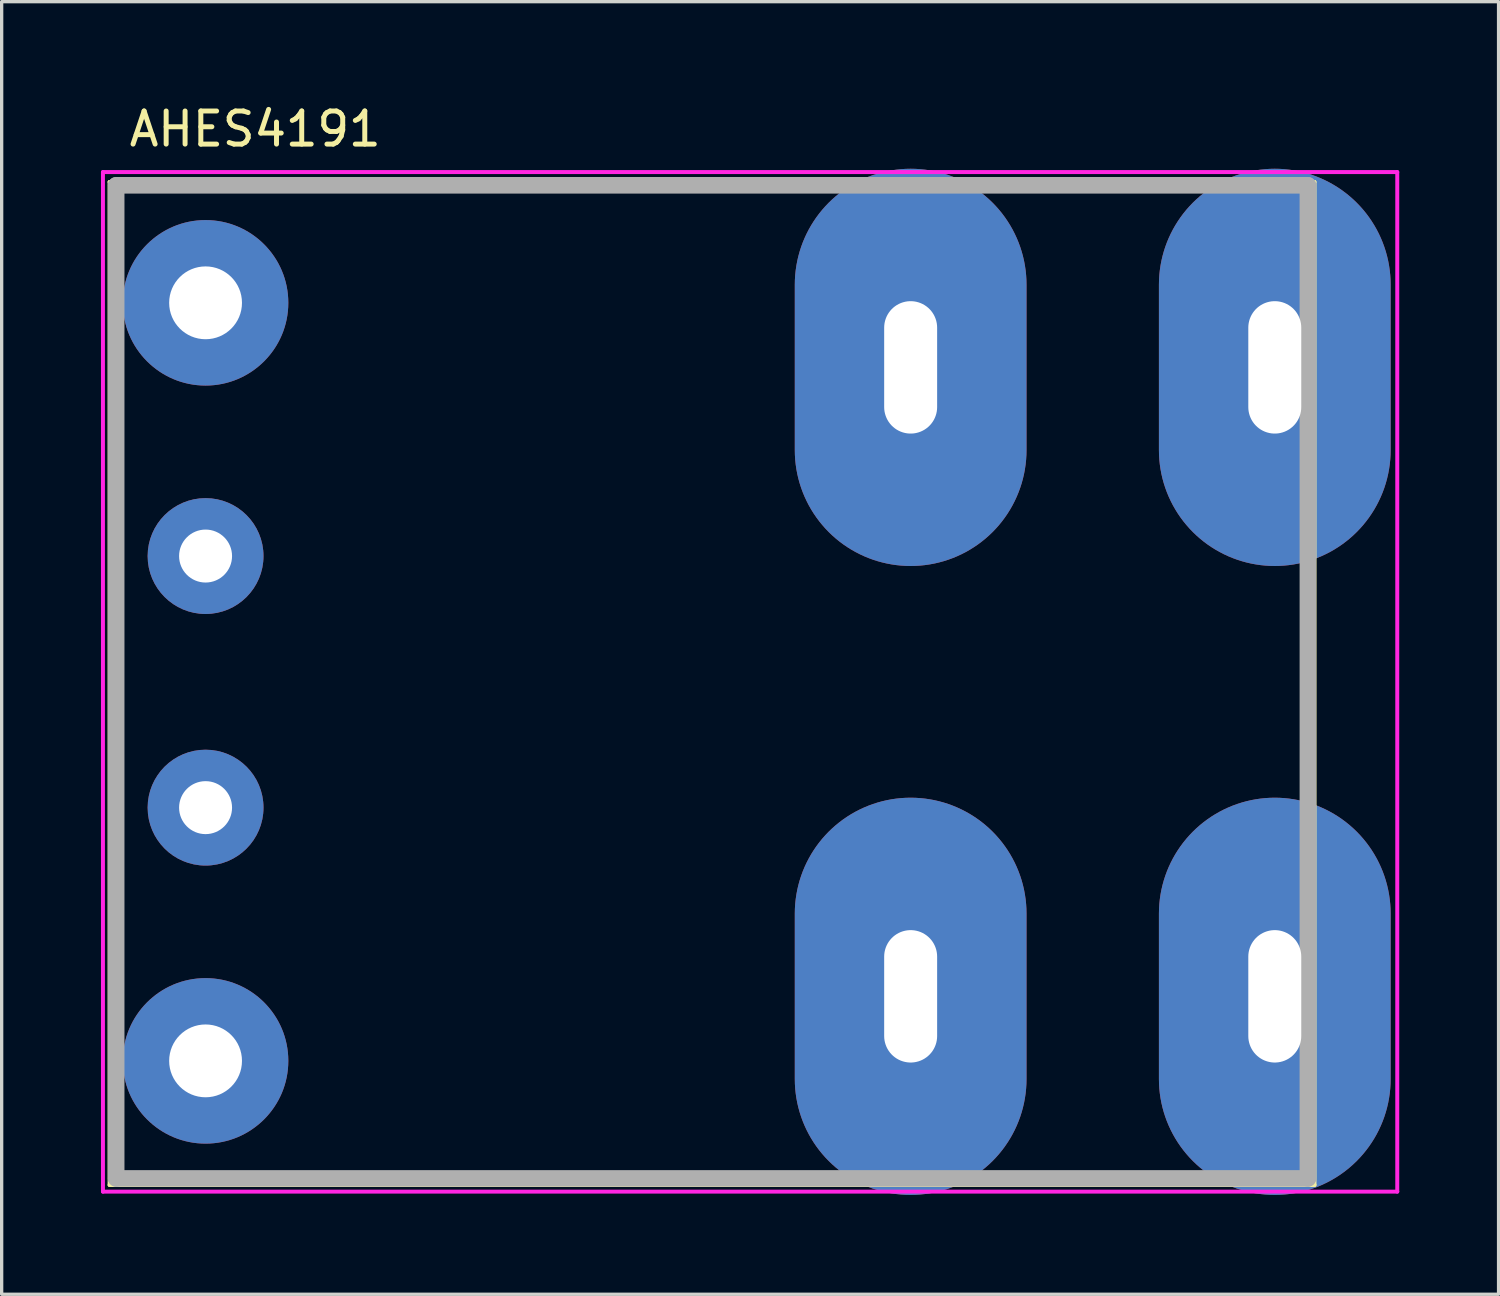
<source format=kicad_pcb>
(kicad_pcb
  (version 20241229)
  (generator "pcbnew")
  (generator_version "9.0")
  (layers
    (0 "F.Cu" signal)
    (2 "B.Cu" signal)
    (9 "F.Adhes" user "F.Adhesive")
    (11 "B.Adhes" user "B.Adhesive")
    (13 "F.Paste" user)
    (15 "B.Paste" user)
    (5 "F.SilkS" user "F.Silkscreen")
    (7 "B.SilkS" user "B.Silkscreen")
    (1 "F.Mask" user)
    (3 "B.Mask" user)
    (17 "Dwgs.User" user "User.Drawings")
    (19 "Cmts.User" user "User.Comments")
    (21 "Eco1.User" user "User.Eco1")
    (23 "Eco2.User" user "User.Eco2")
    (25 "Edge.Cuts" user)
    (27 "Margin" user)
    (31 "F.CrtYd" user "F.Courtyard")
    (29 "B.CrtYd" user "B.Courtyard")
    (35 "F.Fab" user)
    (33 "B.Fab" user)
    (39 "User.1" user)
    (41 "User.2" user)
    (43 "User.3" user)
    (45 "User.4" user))
  (footprint "AHES4191"
    (layer "F.Cu")
    (at 0.46 17.548)
    (property "Reference" "AHES4191" (at 4.2 -16.7 0) (layer "F.SilkS") (effects (font (size 1 1) (thickness 0.15))))
    (attr through_hole)
    (fp_line (start -0.2 -15.1) (end 36.2 -15.1) (stroke (width 0.12) (type solid)) (layer "F.SilkS"))
    (fp_line (start -0.2 15.2) (end -0.2 -15.1) (stroke (width 0.12) (type solid)) (layer "F.SilkS"))
    (fp_line (start 36.2 -15.1) (end 36.2 15.2) (stroke (width 0.12) (type solid)) (layer "F.SilkS"))
    (fp_line (start 36.2 15.2) (end -0.2 15.2) (stroke (width 0.12) (type solid)) (layer "F.SilkS"))
    (fp_line (start -0.4 -15.4) (end -0.4 15.4) (stroke (width 0.12) (type solid)) (layer "F.CrtYd"))
    (fp_line (start -0.4 15.4) (end 38.7 15.4) (stroke (width 0.12) (type solid)) (layer "F.CrtYd"))
    (fp_line (start 38.7 -15.4) (end -0.4 -15.4) (stroke (width 0.12) (type solid)) (layer "F.CrtYd"))
    (fp_line (start 38.7 15.4) (end 38.7 -15.4) (stroke (width 0.12) (type solid)) (layer "F.CrtYd"))
    (fp_line (start 0 -15) (end 36 -15) (stroke (width 0.5) (type solid)) (layer "F.Fab"))
    (fp_line (start 0 15) (end 0 -15) (stroke (width 0.5) (type solid)) (layer "F.Fab"))
    (fp_line (start 36 -15) (end 36 15) (stroke (width 0.5) (type solid)) (layer "F.Fab"))
    (fp_line (start 36 15) (end 0 15) (stroke (width 0.5) (type solid)) (layer "F.Fab"))
    (pad "1" thru_hole oval (at 35 -9.5 180) (size 7 12) (drill oval 1.6 4) (layers "*.Cu" "*.Mask"))
    (pad "2" thru_hole oval (at 24 -9.5 180) (size 7 12) (drill oval 1.6 4) (layers "*.Cu" "*.Mask"))
    (pad "3" thru_hole circle (at 2.7 11.45 180) (size 5 5) (drill 2.2) (layers "*.Cu" "*.Mask"))
    (pad "4" thru_hole circle (at 2.7 3.8 180) (size 3.5 3.5) (drill 1.6) (layers "*.Cu" "*.Mask"))
    (pad "5" thru_hole circle (at 2.7 -3.8 180) (size 3.5 3.5) (drill 1.6) (layers "*.Cu" "*.Mask"))
    (pad "6" thru_hole circle (at 2.7 -11.45 180) (size 5 5) (drill 2.2) (layers "*.Cu" "*.Mask"))
    (pad "7" thru_hole oval (at 24 9.5 180) (size 7 12) (drill oval 1.6 4) (layers "*.Cu" "*.Mask"))
    (pad "8" thru_hole oval (at 35 9.5 180) (size 7 12) (drill oval 1.6 4) (layers "*.Cu" "*.Mask")))
  (gr_rect
    (start -3 -3)
    (end 42.22 36.048)
    (stroke (width 0.1) (type default))
    (fill no)
    (layer "Edge.Cuts")))
</source>
